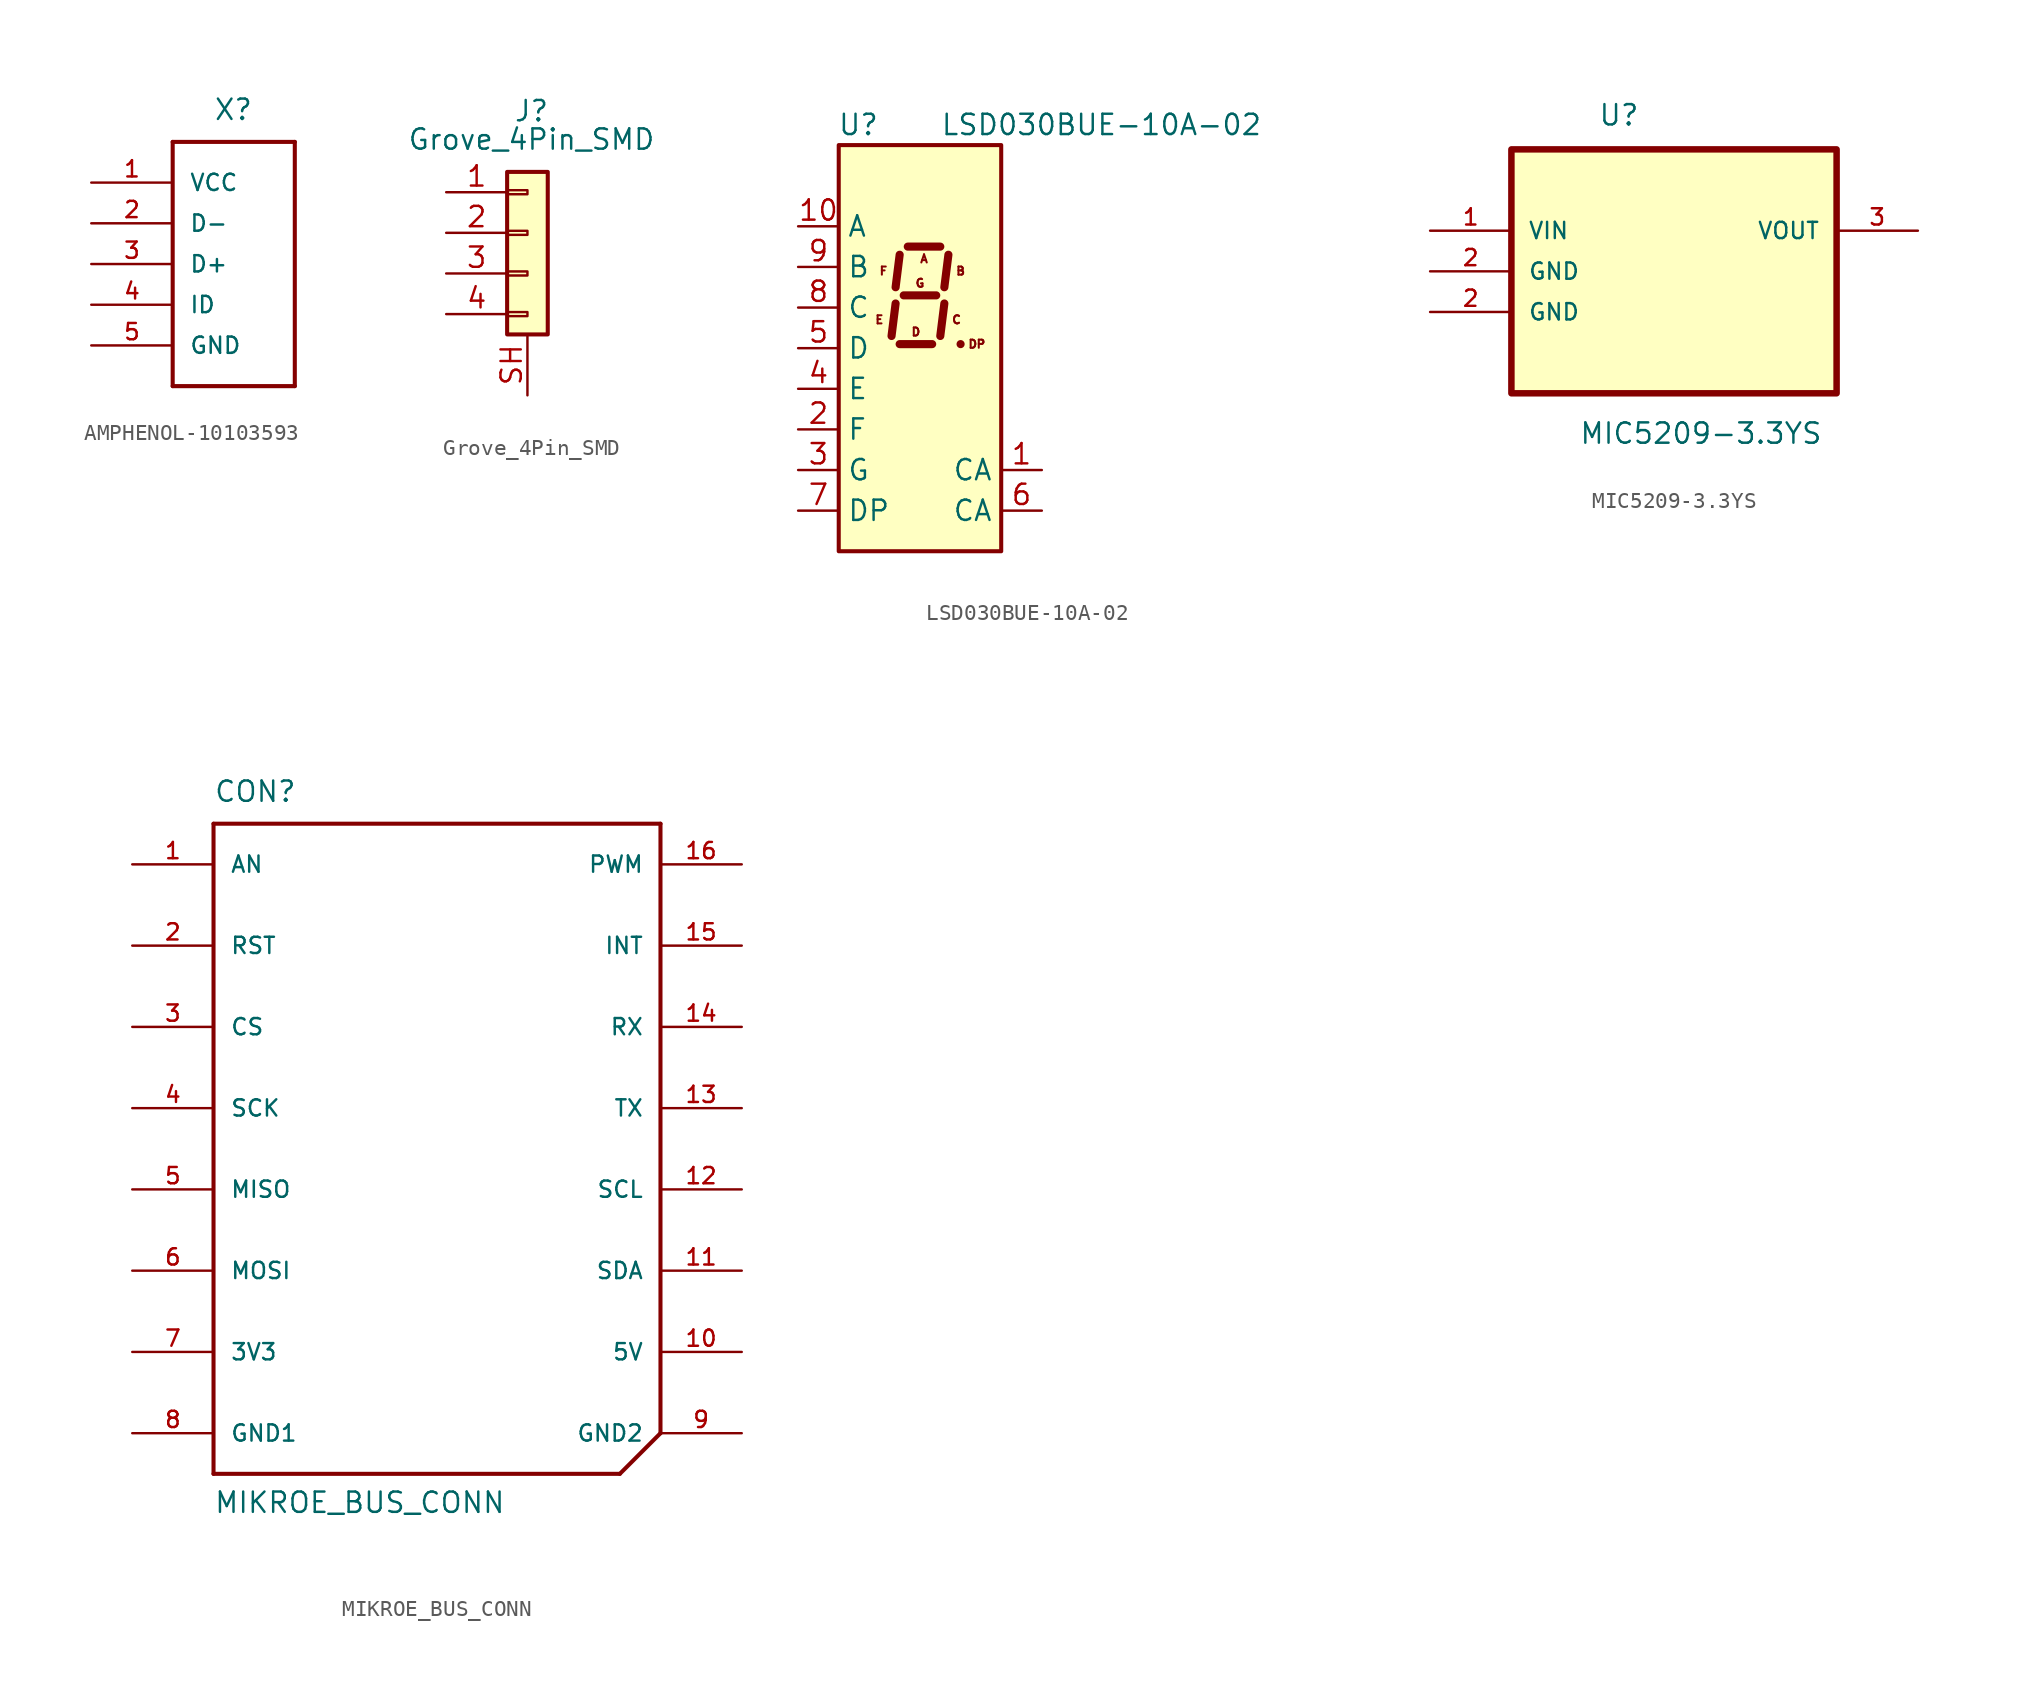
<source format=kicad_sym>
(kicad_symbol_lib
  (version 20231120)
  (generator "kicad_symbol_editor")
  (generator_version "8.0")
  (symbol "AMPHENOL-10103593"
    (pin_names
      (offset 1.016))
    (property "Reference" "X"
      (at 0 8.89 0)
      (effects (font (size 1.27 1.27)) (justify left bottom)))
    (property "ki_locked" ""
      (at 0 0 0)
      (effects (font (size 1.27 1.27))))
    (symbol "AMPHENOL-10103593_0_0"
      (polyline (pts (xy -2.54 -7.62) (xy 5.08 -7.62)) (stroke (width 0.254) (type solid)) (fill (type none)))
      (polyline (pts (xy -2.54 7.62) (xy -2.54 -7.62)) (stroke (width 0.254) (type solid)) (fill (type none)))
      (polyline (pts (xy 5.08 -7.62) (xy 5.08 7.62)) (stroke (width 0.254) (type solid)) (fill (type none)))
      (polyline (pts (xy 5.08 7.62) (xy -2.54 7.62)) (stroke (width 0.254) (type solid)) (fill (type none)))
      (pin power_out line (at -7.62 5.08 0) (length 5.08) (name "VCC" (effects (font (size 1.016 1.016)))) (number "1" (effects (font (size 1.016 1.016)))))
      (pin bidirectional line (at -7.62 2.54 0) (length 5.08) (name "D-" (effects (font (size 1.016 1.016)))) (number "2" (effects (font (size 1.016 1.016)))))
      (pin bidirectional line (at -7.62 0 0) (length 5.08) (name "D+" (effects (font (size 1.016 1.016)))) (number "3" (effects (font (size 1.016 1.016)))))
      (pin bidirectional line (at -7.62 -2.54 0) (length 5.08) (name "ID" (effects (font (size 1.016 1.016)))) (number "4" (effects (font (size 1.016 1.016)))))
      (pin power_out line (at -7.62 -5.08 0) (length 5.08) (name "GND" (effects (font (size 1.016 1.016)))) (number "5" (effects (font (size 1.016 1.016)))))))
  (symbol "Grove_4Pin_SMD"
    (pin_names
      (offset 1.016) hide)
    (property "Reference" "J"
      (at 0.254 7.62 0)
      (effects (font (size 1.27 1.27))))
    (property "Value" "Grove_4Pin_SMD"
      (at 0.254 5.842 0)
      (effects (font (size 1.27 1.27))))
    (symbol "Grove_4Pin_SMD_1_1"
      (rectangle (start -1.27 -4.953) (end 0 -5.207) (stroke (width 0.152) (type default)) (fill (type none)))
      (rectangle (start -1.27 -2.413) (end 0 -2.667) (stroke (width 0.152) (type default)) (fill (type none)))
      (rectangle (start -1.27 0.127) (end 0 -0.127) (stroke (width 0.152) (type default)) (fill (type none)))
      (rectangle (start -1.27 2.667) (end 0 2.413) (stroke (width 0.152) (type default)) (fill (type none)))
      (rectangle (start -1.27 3.81) (end 1.27 -6.35) (stroke (width 0.254) (type default)) (fill (type background)))
      (pin passive line (at -5.08 2.54 0) (length 3.81) (name "Pin_1" (effects (font (size 1.27 1.27)))) (number "1" (effects (font (size 1.27 1.27)))))
      (pin passive line (at -5.08 0 0) (length 3.81) (name "Pin_2" (effects (font (size 1.27 1.27)))) (number "2" (effects (font (size 1.27 1.27)))))
      (pin passive line (at -5.08 -2.54 0) (length 3.81) (name "Pin_3" (effects (font (size 1.27 1.27)))) (number "3" (effects (font (size 1.27 1.27)))))
      (pin passive line (at -5.08 -5.08 0) (length 3.81) (name "Pin_4" (effects (font (size 1.27 1.27)))) (number "4" (effects (font (size 1.27 1.27)))))
      (pin passive line (at 0 -10.16 90) (length 3.81) (name "Pin_1" (effects (font (size 1.27 1.27)))) (number "SH" (effects (font (size 1.27 1.27)))))))
  (symbol "LSD030BUE-10A-02"
    (property "Reference" "U"
      (at -2.54 13.97 0)
      (effects (font (size 1.27 1.27)) (justify right)))
    (property "Value" "LSD030BUE-10A-02"
      (at 1.27 13.97 0)
      (effects (font (size 1.27 1.27)) (justify left)))
    (symbol "LSD030BUE-10A-02_0_0"
      (text "A" (at 0.254 5.588 0) (effects (font (size 0.508 0.508))))
      (text "B" (at 2.54 4.826 0) (effects (font (size 0.508 0.508))))
      (text "C" (at 2.286 1.778 0) (effects (font (size 0.508 0.508))))
      (text "D" (at -0.254 1.016 0) (effects (font (size 0.508 0.508))))
      (text "DP" (at 3.556 0.254 0) (effects (font (size 0.508 0.508))))
      (text "E" (at -2.54 1.778 0) (effects (font (size 0.508 0.508))))
      (text "F" (at -2.286 4.826 0) (effects (font (size 0.508 0.508))))
      (text "G" (at 0 4.064 0) (effects (font (size 0.508 0.508)))))
    (symbol "LSD030BUE-10A-02_0_1"
      (rectangle (start -5.08 12.7) (end 5.08 -12.7) (stroke (width 0.254) (type solid)) (fill (type background)))
      (polyline (pts (xy -1.524 2.794) (xy -1.778 0.762)) (stroke (width 0.508) (type solid)) (fill (type none)))
      (polyline (pts (xy -1.27 0.254) (xy 0.762 0.254)) (stroke (width 0.508) (type solid)) (fill (type none)))
      (polyline (pts (xy -1.27 5.842) (xy -1.524 3.81)) (stroke (width 0.508) (type solid)) (fill (type none)))
      (polyline (pts (xy -1.016 3.302) (xy 1.016 3.302)) (stroke (width 0.508) (type solid)) (fill (type none)))
      (polyline (pts (xy -0.762 6.35) (xy 1.27 6.35)) (stroke (width 0.508) (type solid)) (fill (type none)))
      (polyline (pts (xy 1.524 2.794) (xy 1.27 0.762)) (stroke (width 0.508) (type solid)) (fill (type none)))
      (polyline (pts (xy 1.778 5.842) (xy 1.524 3.81)) (stroke (width 0.508) (type solid)) (fill (type none)))
      (polyline (pts (xy 2.54 0.254) (xy 2.54 0.254)) (stroke (width 0.508) (type solid)) (fill (type none))))
    (symbol "LSD030BUE-10A-02_1_1"
      (pin input line (at 7.62 -7.62 180) (length 2.54) (name "CA" (effects (font (size 1.27 1.27)))) (number "1" (effects (font (size 1.27 1.27)))))
      (pin input line (at -7.62 7.62 0) (length 2.54) (name "A" (effects (font (size 1.27 1.27)))) (number "10" (effects (font (size 1.27 1.27)))))
      (pin input line (at -7.62 -5.08 0) (length 2.54) (name "F" (effects (font (size 1.27 1.27)))) (number "2" (effects (font (size 1.27 1.27)))))
      (pin input line (at -7.62 -7.62 0) (length 2.54) (name "G" (effects (font (size 1.27 1.27)))) (number "3" (effects (font (size 1.27 1.27)))))
      (pin input line (at -7.62 -2.54 0) (length 2.54) (name "E" (effects (font (size 1.27 1.27)))) (number "4" (effects (font (size 1.27 1.27)))))
      (pin input line (at -7.62 0 0) (length 2.54) (name "D" (effects (font (size 1.27 1.27)))) (number "5" (effects (font (size 1.27 1.27)))))
      (pin input line (at 7.62 -10.16 180) (length 2.54) (name "CA" (effects (font (size 1.27 1.27)))) (number "6" (effects (font (size 1.27 1.27)))))
      (pin input line (at -7.62 -10.16 0) (length 2.54) (name "DP" (effects (font (size 1.27 1.27)))) (number "7" (effects (font (size 1.27 1.27)))))
      (pin input line (at -7.62 2.54 0) (length 2.54) (name "C" (effects (font (size 1.27 1.27)))) (number "8" (effects (font (size 1.27 1.27)))))
      (pin input line (at -7.62 5.08 0) (length 2.54) (name "B" (effects (font (size 1.27 1.27)))) (number "9" (effects (font (size 1.27 1.27)))))))
  (symbol "MIC5209-3.3YS"
    (pin_names
      (offset 1.016))
    (property "Reference" "U"
      (at -4.75 6.477 0)
      (effects (font (size 1.27 1.27)) (justify left bottom)))
    (property "Value" "MIC5209-3.3YS"
      (at -5.944 -13.411 0)
      (effects (font (size 1.27 1.27)) (justify left bottom)))
    (symbol "MIC5209-3.3YS_0_0"
      (rectangle (start -10.16 -10.16) (end 10.16 5.08) (stroke (width 0.406) (type solid)) (fill (type background)))
      (pin power_in line (at -15.24 0 0) (length 5.08) (name "VIN" (effects (font (size 1.016 1.016)))) (number "1" (effects (font (size 1.016 1.016)))))
      (pin passive line (at -15.24 -5.08 0) (length 5.08) (name "GND" (effects (font (size 1.016 1.016)))) (number "2" (effects (font (size 1.016 1.016)))))
      (pin passive line (at -15.24 -2.54 0) (length 5.08) (name "GND" (effects (font (size 1.016 1.016)))) (number "2" (effects (font (size 1.016 1.016)))))
      (pin power_out line (at 15.24 0 180) (length 5.08) (name "VOUT" (effects (font (size 1.016 1.016)))) (number "3" (effects (font (size 1.016 1.016)))))))
  (symbol "MIKROE_BUS_CONN"
    (pin_names
      (offset 1.016))
    (property "Reference" "CON"
      (at 0 41.91 0)
      (effects (font (size 1.27 1.27)) (justify left bottom)))
    (property "Value" "MIKROE_BUS_CONN"
      (at 0 -2.54 0)
      (effects (font (size 1.27 1.27)) (justify left bottom)))
    (symbol "MIKROE_BUS_CONN_0_0"
      (polyline (pts (xy 0 0) (xy 0 40.64)) (stroke (width 0.254) (type solid)) (fill (type none)))
      (polyline (pts (xy 0 40.64) (xy 27.94 40.64)) (stroke (width 0.254) (type solid)) (fill (type none)))
      (polyline (pts (xy 25.4 0) (xy 0 0)) (stroke (width 0.254) (type solid)) (fill (type none)))
      (polyline (pts (xy 27.94 2.54) (xy 25.4 0)) (stroke (width 0.254) (type solid)) (fill (type none)))
      (polyline (pts (xy 27.94 40.64) (xy 27.94 2.54)) (stroke (width 0.254) (type solid)) (fill (type none)))
      (pin bidirectional line (at -5.08 38.1 0) (length 5.08) (name "AN" (effects (font (size 1.016 1.016)))) (number "1" (effects (font (size 1.016 1.016)))))
      (pin power_in line (at 33.02 7.62 180) (length 5.08) (name "5V" (effects (font (size 1.016 1.016)))) (number "10" (effects (font (size 1.016 1.016)))))
      (pin bidirectional line (at 33.02 12.7 180) (length 5.08) (name "SDA" (effects (font (size 1.016 1.016)))) (number "11" (effects (font (size 1.016 1.016)))))
      (pin bidirectional line (at 33.02 17.78 180) (length 5.08) (name "SCL" (effects (font (size 1.016 1.016)))) (number "12" (effects (font (size 1.016 1.016)))))
      (pin bidirectional line (at 33.02 22.86 180) (length 5.08) (name "TX" (effects (font (size 1.016 1.016)))) (number "13" (effects (font (size 1.016 1.016)))))
      (pin bidirectional line (at 33.02 27.94 180) (length 5.08) (name "RX" (effects (font (size 1.016 1.016)))) (number "14" (effects (font (size 1.016 1.016)))))
      (pin bidirectional line (at 33.02 33.02 180) (length 5.08) (name "INT" (effects (font (size 1.016 1.016)))) (number "15" (effects (font (size 1.016 1.016)))))
      (pin bidirectional line (at 33.02 38.1 180) (length 5.08) (name "PWM" (effects (font (size 1.016 1.016)))) (number "16" (effects (font (size 1.016 1.016)))))
      (pin bidirectional line (at -5.08 33.02 0) (length 5.08) (name "RST" (effects (font (size 1.016 1.016)))) (number "2" (effects (font (size 1.016 1.016)))))
      (pin bidirectional line (at -5.08 27.94 0) (length 5.08) (name "CS" (effects (font (size 1.016 1.016)))) (number "3" (effects (font (size 1.016 1.016)))))
      (pin bidirectional line (at -5.08 22.86 0) (length 5.08) (name "SCK" (effects (font (size 1.016 1.016)))) (number "4" (effects (font (size 1.016 1.016)))))
      (pin bidirectional line (at -5.08 17.78 0) (length 5.08) (name "MISO" (effects (font (size 1.016 1.016)))) (number "5" (effects (font (size 1.016 1.016)))))
      (pin bidirectional line (at -5.08 12.7 0) (length 5.08) (name "MOSI" (effects (font (size 1.016 1.016)))) (number "6" (effects (font (size 1.016 1.016)))))
      (pin power_in line (at -5.08 7.62 0) (length 5.08) (name "3V3" (effects (font (size 1.016 1.016)))) (number "7" (effects (font (size 1.016 1.016)))))
      (pin power_in line (at -5.08 2.54 0) (length 5.08) (name "GND1" (effects (font (size 1.016 1.016)))) (number "8" (effects (font (size 1.016 1.016)))))
      (pin power_in line (at 33.02 2.54 180) (length 5.08) (name "GND2" (effects (font (size 1.016 1.016)))) (number "9" (effects (font (size 1.016 1.016))))))))
</source>
